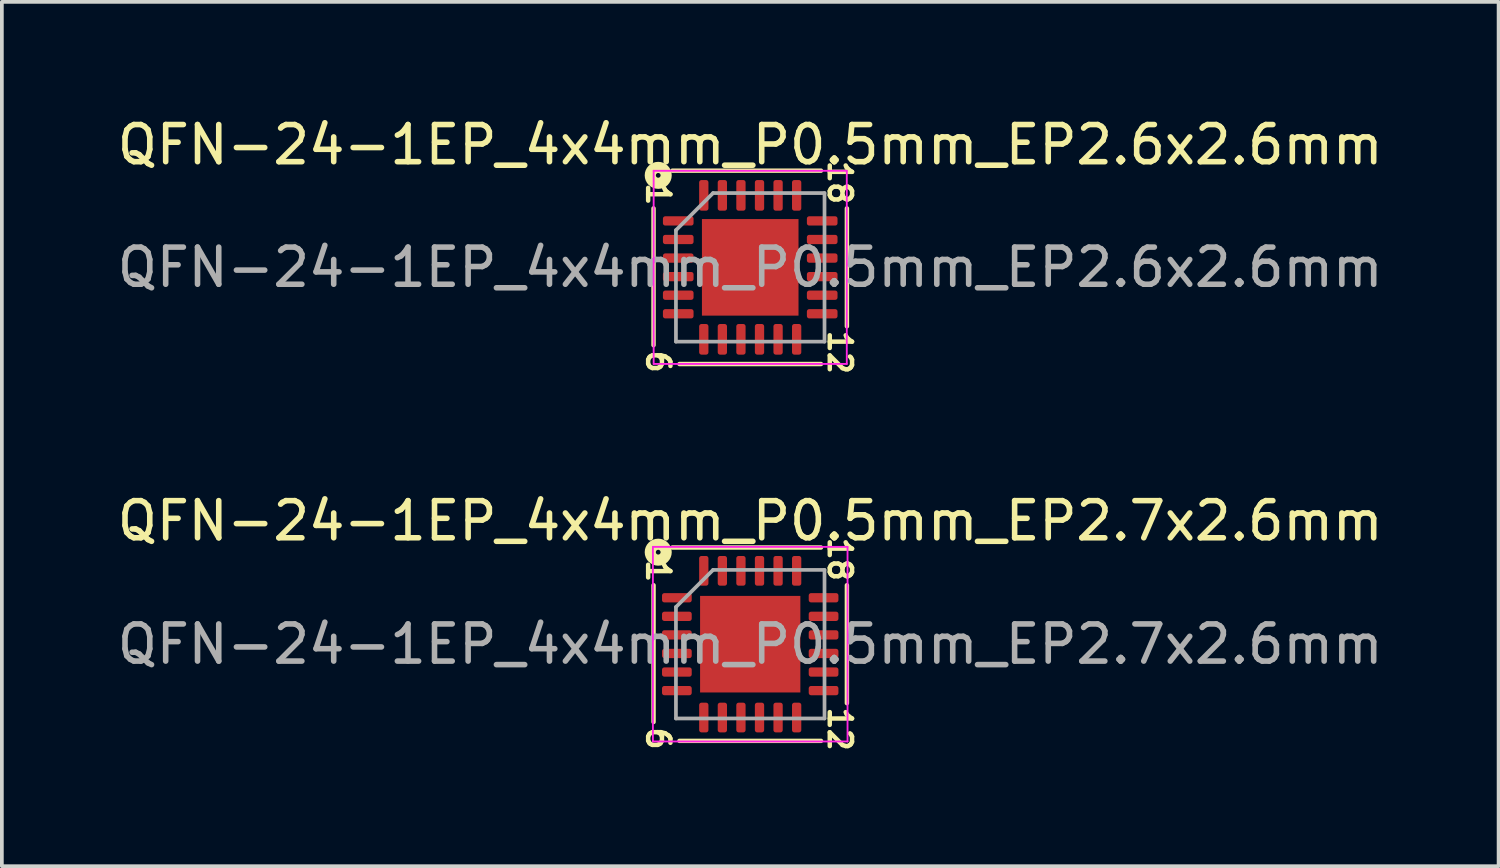
<source format=kicad_pcb>
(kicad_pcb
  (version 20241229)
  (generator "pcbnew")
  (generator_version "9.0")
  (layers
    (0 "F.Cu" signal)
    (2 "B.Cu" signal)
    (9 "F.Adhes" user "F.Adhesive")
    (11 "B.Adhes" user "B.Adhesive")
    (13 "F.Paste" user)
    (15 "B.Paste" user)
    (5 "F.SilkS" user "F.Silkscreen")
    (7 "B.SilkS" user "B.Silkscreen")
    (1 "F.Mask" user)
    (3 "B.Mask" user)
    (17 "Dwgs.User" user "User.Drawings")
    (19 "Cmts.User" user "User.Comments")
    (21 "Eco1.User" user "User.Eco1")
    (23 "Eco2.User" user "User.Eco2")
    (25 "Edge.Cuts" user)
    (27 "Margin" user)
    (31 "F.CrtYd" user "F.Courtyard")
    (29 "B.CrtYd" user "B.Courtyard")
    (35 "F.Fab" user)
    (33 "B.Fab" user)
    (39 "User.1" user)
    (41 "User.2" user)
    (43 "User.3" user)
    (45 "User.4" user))
  (footprint "QFN-24-1EP_4x4mm_P0.5mm_EP2.7x2.6mm"
    (layer "F.Cu")
    (at 17.149 14.294)
    (property "Reference" "QFN-24-1EP_4x4mm_P0.5mm_EP2.7x2.6mm" (at 0 -3.32 0) (layer "F.SilkS") (effects (font (size 1 1) (thickness 0.15))))
    (attr smd)
    (fp_line (start -2.603 -1.587) (end -2.603 2.095) (stroke (width 0.12) (type solid)) (layer "F.SilkS"))
    (fp_line (start -1.905 2.603) (end 1.905 2.603) (stroke (width 0.12) (type solid)) (layer "F.SilkS"))
    (fp_line (start 1.905 -2.603) (end -2.095 -2.603) (stroke (width 0.12) (type solid)) (layer "F.SilkS"))
    (fp_line (start 2.603 1.587) (end 2.603 -1.587) (stroke (width 0.12) (type solid)) (layer "F.SilkS"))
    (fp_circle (center -2.477 -2.477) (end -2.413 -2.477) (stroke (width 0.3) (type solid)) (fill no) (layer "F.SilkS"))
    (fp_line (start -2.62 -2.62) (end -2.62 2.62) (stroke (width 0.05) (type solid)) (layer "F.CrtYd"))
    (fp_line (start -2.62 2.62) (end 2.62 2.62) (stroke (width 0.05) (type solid)) (layer "F.CrtYd"))
    (fp_line (start 2.62 -2.62) (end -2.62 -2.62) (stroke (width 0.05) (type solid)) (layer "F.CrtYd"))
    (fp_line (start 2.62 2.62) (end 2.62 -2.62) (stroke (width 0.05) (type solid)) (layer "F.CrtYd"))
    (fp_line (start -2 -1) (end -1 -2) (stroke (width 0.1) (type solid)) (layer "F.Fab"))
    (fp_line (start -2 2) (end -2 -1) (stroke (width 0.1) (type solid)) (layer "F.Fab"))
    (fp_line (start -1 -2) (end 2 -2) (stroke (width 0.1) (type solid)) (layer "F.Fab"))
    (fp_line (start 2 -2) (end 2 2) (stroke (width 0.1) (type solid)) (layer "F.Fab"))
    (fp_line (start 2 2) (end -2 2) (stroke (width 0.1) (type solid)) (layer "F.Fab"))
    (fp_text user "12" (at 2.413 2.286 270) (unlocked yes) (layer "F.SilkS") (effects (font (size 0.6 0.6) (thickness 0.12))))
    (fp_text user "18" (at 2.413 -2.286 270) (unlocked yes) (layer "F.SilkS") (effects (font (size 0.6 0.6) (thickness 0.12))))
    (fp_text user "6" (at -2.477 2.54 270) (unlocked yes) (layer "F.SilkS") (effects (font (size 0.6 0.6) (thickness 0.12))))
    (fp_text user "1" (at -2.477 -1.968 270) (unlocked yes) (layer "F.SilkS") (effects (font (size 0.6 0.6) (thickness 0.12))))
    (fp_text user "${REFERENCE}" (at 0 0 0) (layer "F.Fab") (effects (font (size 1 1) (thickness 0.15))))
    (pad "" smd roundrect (at -0.675 -0.65) (size 1.09 1.05) (layers "F.Paste") (roundrect_rratio 0.238))
    (pad "" smd roundrect (at -0.675 0.65) (size 1.09 1.05) (layers "F.Paste") (roundrect_rratio 0.238))
    (pad "" smd roundrect (at 0.675 -0.65) (size 1.09 1.05) (layers "F.Paste") (roundrect_rratio 0.238))
    (pad "" smd roundrect (at 0.675 0.65) (size 1.09 1.05) (layers "F.Paste") (roundrect_rratio 0.238))
    (pad "1" smd roundrect (at -1.975 -1.25) (size 0.8 0.25) (layers "F.Cu" "F.Mask" "F.Paste") (roundrect_rratio 0.25))
    (pad "2" smd roundrect (at -1.975 -0.75) (size 0.8 0.25) (layers "F.Cu" "F.Mask" "F.Paste") (roundrect_rratio 0.25))
    (pad "3" smd roundrect (at -1.975 -0.25) (size 0.8 0.25) (layers "F.Cu" "F.Mask" "F.Paste") (roundrect_rratio 0.25))
    (pad "4" smd roundrect (at -1.975 0.25) (size 0.8 0.25) (layers "F.Cu" "F.Mask" "F.Paste") (roundrect_rratio 0.25))
    (pad "5" smd roundrect (at -1.975 0.75) (size 0.8 0.25) (layers "F.Cu" "F.Mask" "F.Paste") (roundrect_rratio 0.25))
    (pad "6" smd roundrect (at -1.975 1.25) (size 0.8 0.25) (layers "F.Cu" "F.Mask" "F.Paste") (roundrect_rratio 0.25))
    (pad "7" smd roundrect (at -1.25 1.975) (size 0.25 0.8) (layers "F.Cu" "F.Mask" "F.Paste") (roundrect_rratio 0.25))
    (pad "8" smd roundrect (at -0.75 1.975) (size 0.25 0.8) (layers "F.Cu" "F.Mask" "F.Paste") (roundrect_rratio 0.25))
    (pad "9" smd roundrect (at -0.25 1.975) (size 0.25 0.8) (layers "F.Cu" "F.Mask" "F.Paste") (roundrect_rratio 0.25))
    (pad "10" smd roundrect (at 0.25 1.975) (size 0.25 0.8) (layers "F.Cu" "F.Mask" "F.Paste") (roundrect_rratio 0.25))
    (pad "11" smd roundrect (at 0.75 1.975) (size 0.25 0.8) (layers "F.Cu" "F.Mask" "F.Paste") (roundrect_rratio 0.25))
    (pad "12" smd roundrect (at 1.25 1.975) (size 0.25 0.8) (layers "F.Cu" "F.Mask" "F.Paste") (roundrect_rratio 0.25))
    (pad "13" smd roundrect (at 1.975 1.25) (size 0.8 0.25) (layers "F.Cu" "F.Mask" "F.Paste") (roundrect_rratio 0.25))
    (pad "14" smd roundrect (at 1.975 0.75) (size 0.8 0.25) (layers "F.Cu" "F.Mask" "F.Paste") (roundrect_rratio 0.25))
    (pad "15" smd roundrect (at 1.975 0.25) (size 0.8 0.25) (layers "F.Cu" "F.Mask" "F.Paste") (roundrect_rratio 0.25))
    (pad "16" smd roundrect (at 1.975 -0.25) (size 0.8 0.25) (layers "F.Cu" "F.Mask" "F.Paste") (roundrect_rratio 0.25))
    (pad "17" smd roundrect (at 1.975 -0.75) (size 0.8 0.25) (layers "F.Cu" "F.Mask" "F.Paste") (roundrect_rratio 0.25))
    (pad "18" smd roundrect (at 1.975 -1.25) (size 0.8 0.25) (layers "F.Cu" "F.Mask" "F.Paste") (roundrect_rratio 0.25))
    (pad "19" smd roundrect (at 1.25 -1.975) (size 0.25 0.8) (layers "F.Cu" "F.Mask" "F.Paste") (roundrect_rratio 0.25))
    (pad "20" smd roundrect (at 0.75 -1.975) (size 0.25 0.8) (layers "F.Cu" "F.Mask" "F.Paste") (roundrect_rratio 0.25))
    (pad "21" smd roundrect (at 0.25 -1.975) (size 0.25 0.8) (layers "F.Cu" "F.Mask" "F.Paste") (roundrect_rratio 0.25))
    (pad "22" smd roundrect (at -0.25 -1.975) (size 0.25 0.8) (layers "F.Cu" "F.Mask" "F.Paste") (roundrect_rratio 0.25))
    (pad "23" smd roundrect (at -0.75 -1.975) (size 0.25 0.8) (layers "F.Cu" "F.Mask" "F.Paste") (roundrect_rratio 0.25))
    (pad "24" smd roundrect (at -1.25 -1.975) (size 0.25 0.8) (layers "F.Cu" "F.Mask" "F.Paste") (roundrect_rratio 0.25))
    (pad "25" smd rect (at 0 0) (size 2.7 2.6) (layers "F.Cu" "F.Mask")))
  (footprint "QFN-24-1EP_4x4mm_P0.5mm_EP2.6x2.6mm"
    (layer "F.Cu")
    (at 17.149 4.148)
    (property "Reference" "QFN-24-1EP_4x4mm_P0.5mm_EP2.6x2.6mm" (at 0 -3.3 0) (layer "F.SilkS") (effects (font (size 1 1) (thickness 0.15))))
    (attr smd)
    (fp_line (start -2.603 -1.587) (end -2.603 2.095) (stroke (width 0.12) (type solid)) (layer "F.SilkS"))
    (fp_line (start -1.905 2.603) (end 1.905 2.603) (stroke (width 0.12) (type solid)) (layer "F.SilkS"))
    (fp_line (start 1.905 -2.603) (end -2.095 -2.603) (stroke (width 0.12) (type solid)) (layer "F.SilkS"))
    (fp_line (start 2.603 1.587) (end 2.603 -1.587) (stroke (width 0.12) (type solid)) (layer "F.SilkS"))
    (fp_circle (center -2.477 -2.477) (end -2.413 -2.477) (stroke (width 0.3) (type solid)) (fill no) (layer "F.SilkS"))
    (fp_line (start -2.6 -2.6) (end -2.6 2.6) (stroke (width 0.05) (type solid)) (layer "F.CrtYd"))
    (fp_line (start -2.6 2.6) (end 2.6 2.6) (stroke (width 0.05) (type solid)) (layer "F.CrtYd"))
    (fp_line (start 2.6 -2.6) (end -2.6 -2.6) (stroke (width 0.05) (type solid)) (layer "F.CrtYd"))
    (fp_line (start 2.6 2.6) (end 2.6 -2.6) (stroke (width 0.05) (type solid)) (layer "F.CrtYd"))
    (fp_line (start -2 -1) (end -1 -2) (stroke (width 0.1) (type solid)) (layer "F.Fab"))
    (fp_line (start -2 2) (end -2 -1) (stroke (width 0.1) (type solid)) (layer "F.Fab"))
    (fp_line (start -1 -2) (end 2 -2) (stroke (width 0.1) (type solid)) (layer "F.Fab"))
    (fp_line (start 2 -2) (end 2 2) (stroke (width 0.1) (type solid)) (layer "F.Fab"))
    (fp_line (start 2 2) (end -2 2) (stroke (width 0.1) (type solid)) (layer "F.Fab"))
    (fp_text user "18" (at 2.413 -2.286 270) (unlocked yes) (layer "F.SilkS") (effects (font (size 0.6 0.6) (thickness 0.12))))
    (fp_text user "12" (at 2.413 2.286 270) (unlocked yes) (layer "F.SilkS") (effects (font (size 0.6 0.6) (thickness 0.12))))
    (fp_text user "1" (at -2.477 -1.968 270) (unlocked yes) (layer "F.SilkS") (effects (font (size 0.6 0.6) (thickness 0.12))))
    (fp_text user "6" (at -2.477 2.54 270) (unlocked yes) (layer "F.SilkS") (effects (font (size 0.6 0.6) (thickness 0.12))))
    (fp_text user "${REFERENCE}" (at 0 0 0) (layer "F.Fab") (effects (font (size 1 1) (thickness 0.15))))
    (pad "" smd roundrect (at -0.65 -0.65) (size 1.05 1.05) (layers "F.Paste") (roundrect_rratio 0.238))
    (pad "" smd roundrect (at -0.65 0.65) (size 1.05 1.05) (layers "F.Paste") (roundrect_rratio 0.238))
    (pad "" smd roundrect (at 0.65 -0.65) (size 1.05 1.05) (layers "F.Paste") (roundrect_rratio 0.238))
    (pad "" smd roundrect (at 0.65 0.65) (size 1.05 1.05) (layers "F.Paste") (roundrect_rratio 0.238))
    (pad "1" smd roundrect (at -1.938 -1.25) (size 0.825 0.25) (layers "F.Cu" "F.Mask" "F.Paste") (roundrect_rratio 0.25))
    (pad "2" smd roundrect (at -1.938 -0.75) (size 0.825 0.25) (layers "F.Cu" "F.Mask" "F.Paste") (roundrect_rratio 0.25))
    (pad "3" smd roundrect (at -1.938 -0.25) (size 0.825 0.25) (layers "F.Cu" "F.Mask" "F.Paste") (roundrect_rratio 0.25))
    (pad "4" smd roundrect (at -1.938 0.25) (size 0.825 0.25) (layers "F.Cu" "F.Mask" "F.Paste") (roundrect_rratio 0.25))
    (pad "5" smd roundrect (at -1.938 0.75) (size 0.825 0.25) (layers "F.Cu" "F.Mask" "F.Paste") (roundrect_rratio 0.25))
    (pad "6" smd roundrect (at -1.938 1.25) (size 0.825 0.25) (layers "F.Cu" "F.Mask" "F.Paste") (roundrect_rratio 0.25))
    (pad "7" smd roundrect (at -1.25 1.938) (size 0.25 0.825) (layers "F.Cu" "F.Mask" "F.Paste") (roundrect_rratio 0.25))
    (pad "8" smd roundrect (at -0.75 1.938) (size 0.25 0.825) (layers "F.Cu" "F.Mask" "F.Paste") (roundrect_rratio 0.25))
    (pad "9" smd roundrect (at -0.25 1.938) (size 0.25 0.825) (layers "F.Cu" "F.Mask" "F.Paste") (roundrect_rratio 0.25))
    (pad "10" smd roundrect (at 0.25 1.938) (size 0.25 0.825) (layers "F.Cu" "F.Mask" "F.Paste") (roundrect_rratio 0.25))
    (pad "11" smd roundrect (at 0.75 1.938) (size 0.25 0.825) (layers "F.Cu" "F.Mask" "F.Paste") (roundrect_rratio 0.25))
    (pad "12" smd roundrect (at 1.25 1.938) (size 0.25 0.825) (layers "F.Cu" "F.Mask" "F.Paste") (roundrect_rratio 0.25))
    (pad "13" smd roundrect (at 1.938 1.25) (size 0.825 0.25) (layers "F.Cu" "F.Mask" "F.Paste") (roundrect_rratio 0.25))
    (pad "14" smd roundrect (at 1.938 0.75) (size 0.825 0.25) (layers "F.Cu" "F.Mask" "F.Paste") (roundrect_rratio 0.25))
    (pad "15" smd roundrect (at 1.938 0.25) (size 0.825 0.25) (layers "F.Cu" "F.Mask" "F.Paste") (roundrect_rratio 0.25))
    (pad "16" smd roundrect (at 1.938 -0.25) (size 0.825 0.25) (layers "F.Cu" "F.Mask" "F.Paste") (roundrect_rratio 0.25))
    (pad "17" smd roundrect (at 1.938 -0.75) (size 0.825 0.25) (layers "F.Cu" "F.Mask" "F.Paste") (roundrect_rratio 0.25))
    (pad "18" smd roundrect (at 1.938 -1.25) (size 0.825 0.25) (layers "F.Cu" "F.Mask" "F.Paste") (roundrect_rratio 0.25))
    (pad "19" smd roundrect (at 1.25 -1.938) (size 0.25 0.825) (layers "F.Cu" "F.Mask" "F.Paste") (roundrect_rratio 0.25))
    (pad "20" smd roundrect (at 0.75 -1.938) (size 0.25 0.825) (layers "F.Cu" "F.Mask" "F.Paste") (roundrect_rratio 0.25))
    (pad "21" smd roundrect (at 0.25 -1.938) (size 0.25 0.825) (layers "F.Cu" "F.Mask" "F.Paste") (roundrect_rratio 0.25))
    (pad "22" smd roundrect (at -0.25 -1.938) (size 0.25 0.825) (layers "F.Cu" "F.Mask" "F.Paste") (roundrect_rratio 0.25))
    (pad "23" smd roundrect (at -0.75 -1.938) (size 0.25 0.825) (layers "F.Cu" "F.Mask" "F.Paste") (roundrect_rratio 0.25))
    (pad "24" smd roundrect (at -1.25 -1.938) (size 0.25 0.825) (layers "F.Cu" "F.Mask" "F.Paste") (roundrect_rratio 0.25))
    (pad "25" smd rect (at 0 0) (size 2.6 2.6) (layers "F.Cu" "F.Mask")))
  (gr_rect
    (start -3 -3)
    (end 37.298 20.271)
    (stroke (width 0.1) (type default))
    (fill no)
    (layer "Edge.Cuts")))
</source>
